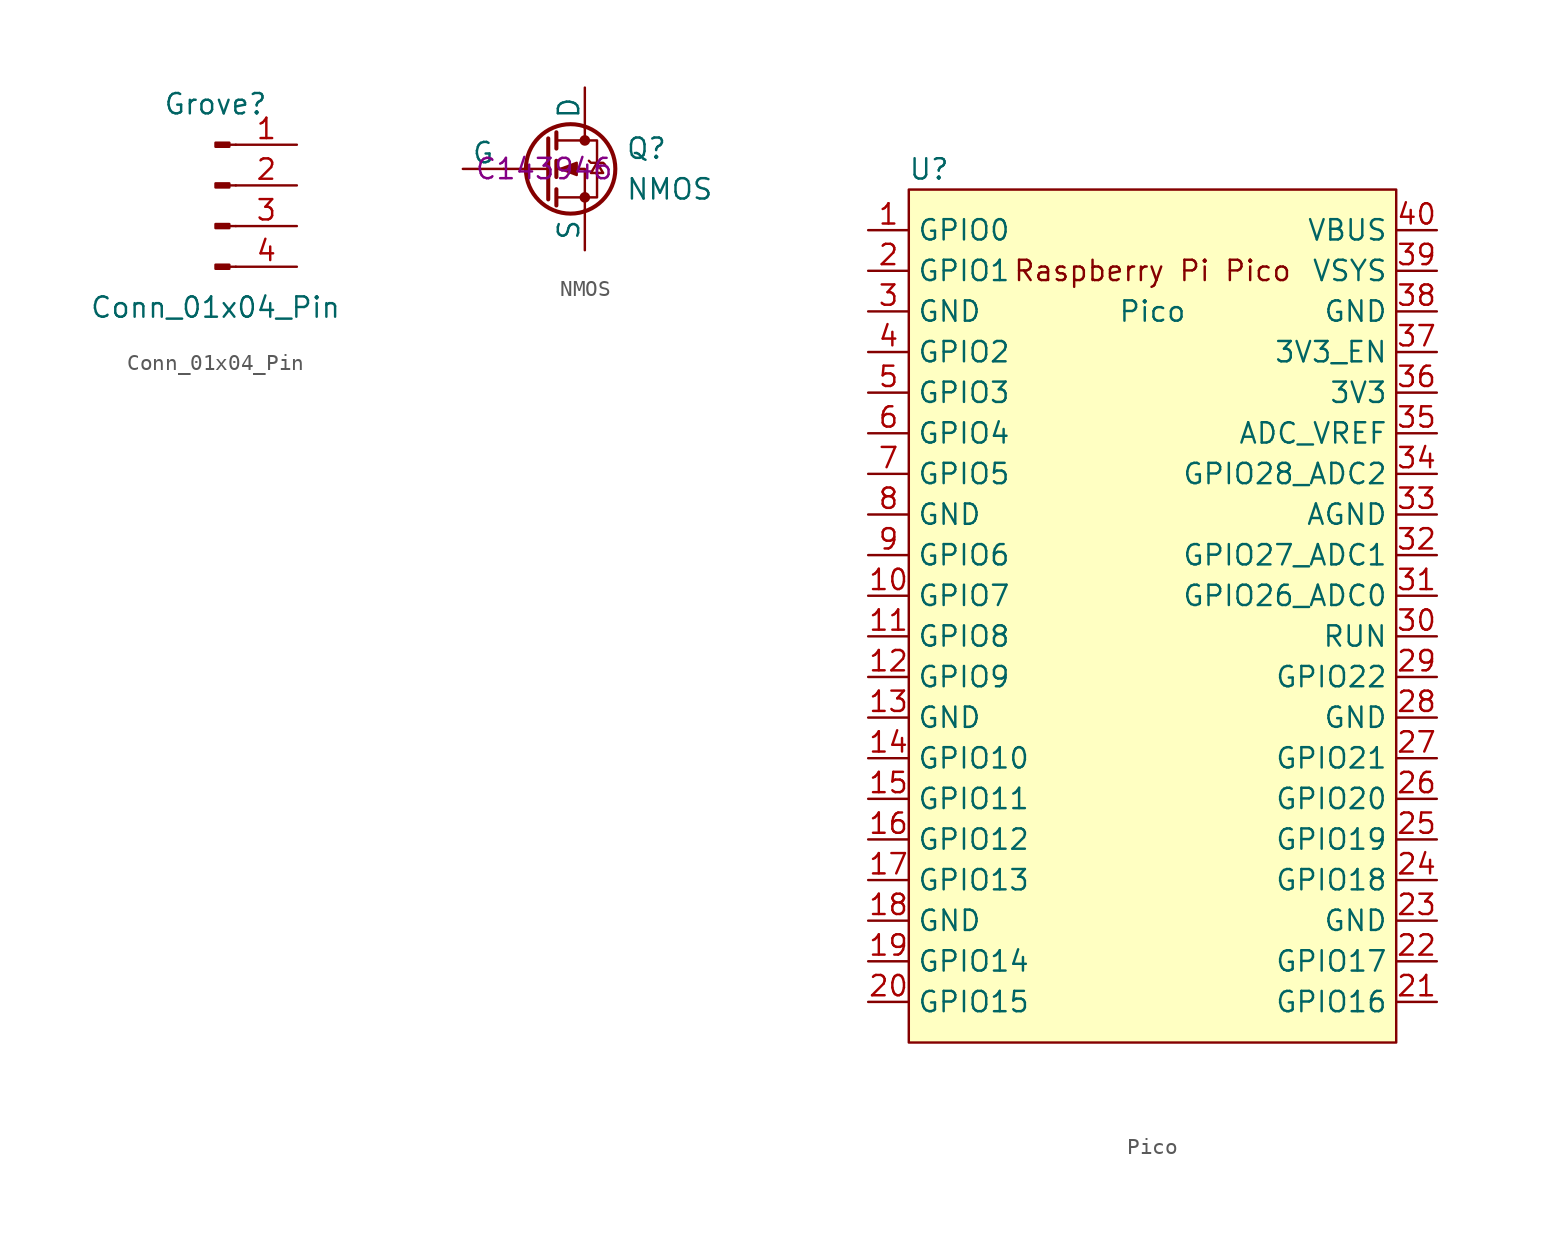
<source format=kicad_sym>
(kicad_symbol_lib
  (version 20220914)
  (generator kicad_symbol_editor)
  (symbol "Conn_01x04_Pin"
    (pin_names
      (offset 1.016) hide)
    (property "Reference" "Grove"
      (at 0 5.08 0)
      (effects (font (size 1.27 1.27))))
    (property "Value" "Conn_01x04_Pin"
      (at 0 -7.62 0)
      (effects (font (size 1.27 1.27))))
    (symbol "Conn_01x04_Pin_1_1"
      (polyline (pts (xy 1.27 -5.08) (xy 0.864 -5.08)) (stroke (width 0.152) (type default)) (fill (type none)))
      (polyline (pts (xy 1.27 -2.54) (xy 0.864 -2.54)) (stroke (width 0.152) (type default)) (fill (type none)))
      (polyline (pts (xy 1.27 0) (xy 0.864 0)) (stroke (width 0.152) (type default)) (fill (type none)))
      (polyline (pts (xy 1.27 2.54) (xy 0.864 2.54)) (stroke (width 0.152) (type default)) (fill (type none)))
      (rectangle (start 0.864 -4.953) (end 0 -5.207) (stroke (width 0.152) (type default)) (fill (type outline)))
      (rectangle (start 0.864 -2.413) (end 0 -2.667) (stroke (width 0.152) (type default)) (fill (type outline)))
      (rectangle (start 0.864 0.127) (end 0 -0.127) (stroke (width 0.152) (type default)) (fill (type outline)))
      (rectangle (start 0.864 2.667) (end 0 2.413) (stroke (width 0.152) (type default)) (fill (type outline)))
      (pin passive line (at 5.08 2.54 180) (length 3.81) (name "Pin_1" (effects (font (size 1.27 1.27)))) (number "1" (effects (font (size 1.27 1.27)))))
      (pin passive line (at 5.08 0 180) (length 3.81) (name "Pin_2" (effects (font (size 1.27 1.27)))) (number "2" (effects (font (size 1.27 1.27)))))
      (pin passive line (at 5.08 -2.54 180) (length 3.81) (name "Pin_3" (effects (font (size 1.27 1.27)))) (number "3" (effects (font (size 1.27 1.27)))))
      (pin passive line (at 5.08 -5.08 180) (length 3.81) (name "Pin_4" (effects (font (size 1.27 1.27)))) (number "4" (effects (font (size 1.27 1.27)))))))
  (symbol "NMOS"
    (pin_numbers hide)
    (pin_names
      (offset 0))
    (property "Reference" "Q"
      (at 5.08 1.27 0)
      (effects (font (size 1.27 1.27)) (justify left)))
    (property "Value" "NMOS"
      (at 5.08 -1.27 0)
      (effects (font (size 1.27 1.27)) (justify left)))
    (property "JLC Part" "C143946"
      (at 0 0 0)
      (effects (font (size 1.27 1.27))))
    (symbol "NMOS_0_1"
      (polyline (pts (xy 0.254 0) (xy -2.54 0)) (stroke (width 0) (type default)) (fill (type none)))
      (polyline (pts (xy 0.254 1.905) (xy 0.254 -1.905)) (stroke (width 0.254) (type default)) (fill (type none)))
      (polyline (pts (xy 0.762 -1.27) (xy 0.762 -2.286)) (stroke (width 0.254) (type default)) (fill (type none)))
      (polyline (pts (xy 0.762 0.508) (xy 0.762 -0.508)) (stroke (width 0.254) (type default)) (fill (type none)))
      (polyline (pts (xy 0.762 2.286) (xy 0.762 1.27)) (stroke (width 0.254) (type default)) (fill (type none)))
      (polyline (pts (xy 2.54 2.54) (xy 2.54 1.778)) (stroke (width 0) (type default)) (fill (type none)))
      (polyline (pts (xy 2.54 -2.54) (xy 2.54 0) (xy 0.762 0)) (stroke (width 0) (type default)) (fill (type none)))
      (polyline (pts (xy 0.762 -1.778) (xy 3.302 -1.778) (xy 3.302 1.778) (xy 0.762 1.778)) (stroke (width 0) (type default)) (fill (type none)))
      (polyline (pts (xy 1.016 0) (xy 2.032 0.381) (xy 2.032 -0.381) (xy 1.016 0)) (stroke (width 0) (type default)) (fill (type outline)))
      (polyline (pts (xy 2.794 0.508) (xy 2.921 0.381) (xy 3.683 0.381) (xy 3.81 0.254)) (stroke (width 0) (type default)) (fill (type none)))
      (polyline (pts (xy 3.302 0.381) (xy 2.921 -0.254) (xy 3.683 -0.254) (xy 3.302 0.381)) (stroke (width 0) (type default)) (fill (type none)))
      (circle (center 1.651 0) (radius 2.794) (stroke (width 0.254) (type default)) (fill (type none)))
      (circle (center 2.54 -1.778) (radius 0.254) (stroke (width 0) (type default)) (fill (type outline)))
      (circle (center 2.54 1.778) (radius 0.254) (stroke (width 0) (type default)) (fill (type outline))))
    (symbol "NMOS_1_1"
      (pin input line (at -5.08 0 0) (length 2.54) (name "G" (effects (font (size 1.27 1.27)))) (number "1" (effects (font (size 1.27 1.27)))))
      (pin passive line (at 2.54 -5.08 90) (length 2.54) (name "S" (effects (font (size 1.27 1.27)))) (number "2" (effects (font (size 1.27 1.27)))))
      (pin passive line (at 2.54 5.08 270) (length 2.54) (name "D" (effects (font (size 1.27 1.27)))) (number "3" (effects (font (size 1.27 1.27)))))))
  (symbol "Pico"
    (property "Reference" "U"
      (at -13.97 27.94 0)
      (effects (font (size 1.27 1.27))))
    (property "Value" "Pico"
      (at 0 19.05 0)
      (effects (font (size 1.27 1.27))))
    (symbol "Pico_0_0"
      (text "Raspberry Pi Pico" (at 0 21.59 0) (effects (font (size 1.27 1.27)))))
    (symbol "Pico_0_1"
      (rectangle (start -15.24 26.67) (end 15.24 -26.67) (stroke (width 0) (type default)) (fill (type background))))
    (symbol "Pico_1_1"
      (pin bidirectional line (at -17.78 24.13 0) (length 2.54) (name "GPIO0" (effects (font (size 1.27 1.27)))) (number "1" (effects (font (size 1.27 1.27)))))
      (pin bidirectional line (at -17.78 1.27 0) (length 2.54) (name "GPIO7" (effects (font (size 1.27 1.27)))) (number "10" (effects (font (size 1.27 1.27)))))
      (pin bidirectional line (at -17.78 -1.27 0) (length 2.54) (name "GPIO8" (effects (font (size 1.27 1.27)))) (number "11" (effects (font (size 1.27 1.27)))))
      (pin bidirectional line (at -17.78 -3.81 0) (length 2.54) (name "GPIO9" (effects (font (size 1.27 1.27)))) (number "12" (effects (font (size 1.27 1.27)))))
      (pin power_in line (at -17.78 -6.35 0) (length 2.54) (name "GND" (effects (font (size 1.27 1.27)))) (number "13" (effects (font (size 1.27 1.27)))))
      (pin bidirectional line (at -17.78 -8.89 0) (length 2.54) (name "GPIO10" (effects (font (size 1.27 1.27)))) (number "14" (effects (font (size 1.27 1.27)))))
      (pin bidirectional line (at -17.78 -11.43 0) (length 2.54) (name "GPIO11" (effects (font (size 1.27 1.27)))) (number "15" (effects (font (size 1.27 1.27)))))
      (pin bidirectional line (at -17.78 -13.97 0) (length 2.54) (name "GPIO12" (effects (font (size 1.27 1.27)))) (number "16" (effects (font (size 1.27 1.27)))))
      (pin bidirectional line (at -17.78 -16.51 0) (length 2.54) (name "GPIO13" (effects (font (size 1.27 1.27)))) (number "17" (effects (font (size 1.27 1.27)))))
      (pin power_in line (at -17.78 -19.05 0) (length 2.54) (name "GND" (effects (font (size 1.27 1.27)))) (number "18" (effects (font (size 1.27 1.27)))))
      (pin bidirectional line (at -17.78 -21.59 0) (length 2.54) (name "GPIO14" (effects (font (size 1.27 1.27)))) (number "19" (effects (font (size 1.27 1.27)))))
      (pin bidirectional line (at -17.78 21.59 0) (length 2.54) (name "GPIO1" (effects (font (size 1.27 1.27)))) (number "2" (effects (font (size 1.27 1.27)))))
      (pin bidirectional line (at -17.78 -24.13 0) (length 2.54) (name "GPIO15" (effects (font (size 1.27 1.27)))) (number "20" (effects (font (size 1.27 1.27)))))
      (pin bidirectional line (at 17.78 -24.13 180) (length 2.54) (name "GPIO16" (effects (font (size 1.27 1.27)))) (number "21" (effects (font (size 1.27 1.27)))))
      (pin bidirectional line (at 17.78 -21.59 180) (length 2.54) (name "GPIO17" (effects (font (size 1.27 1.27)))) (number "22" (effects (font (size 1.27 1.27)))))
      (pin power_in line (at 17.78 -19.05 180) (length 2.54) (name "GND" (effects (font (size 1.27 1.27)))) (number "23" (effects (font (size 1.27 1.27)))))
      (pin bidirectional line (at 17.78 -16.51 180) (length 2.54) (name "GPIO18" (effects (font (size 1.27 1.27)))) (number "24" (effects (font (size 1.27 1.27)))))
      (pin bidirectional line (at 17.78 -13.97 180) (length 2.54) (name "GPIO19" (effects (font (size 1.27 1.27)))) (number "25" (effects (font (size 1.27 1.27)))))
      (pin bidirectional line (at 17.78 -11.43 180) (length 2.54) (name "GPIO20" (effects (font (size 1.27 1.27)))) (number "26" (effects (font (size 1.27 1.27)))))
      (pin bidirectional line (at 17.78 -8.89 180) (length 2.54) (name "GPIO21" (effects (font (size 1.27 1.27)))) (number "27" (effects (font (size 1.27 1.27)))))
      (pin power_in line (at 17.78 -6.35 180) (length 2.54) (name "GND" (effects (font (size 1.27 1.27)))) (number "28" (effects (font (size 1.27 1.27)))))
      (pin bidirectional line (at 17.78 -3.81 180) (length 2.54) (name "GPIO22" (effects (font (size 1.27 1.27)))) (number "29" (effects (font (size 1.27 1.27)))))
      (pin power_in line (at -17.78 19.05 0) (length 2.54) (name "GND" (effects (font (size 1.27 1.27)))) (number "3" (effects (font (size 1.27 1.27)))))
      (pin input line (at 17.78 -1.27 180) (length 2.54) (name "RUN" (effects (font (size 1.27 1.27)))) (number "30" (effects (font (size 1.27 1.27)))))
      (pin bidirectional line (at 17.78 1.27 180) (length 2.54) (name "GPIO26_ADC0" (effects (font (size 1.27 1.27)))) (number "31" (effects (font (size 1.27 1.27)))))
      (pin bidirectional line (at 17.78 3.81 180) (length 2.54) (name "GPIO27_ADC1" (effects (font (size 1.27 1.27)))) (number "32" (effects (font (size 1.27 1.27)))))
      (pin power_in line (at 17.78 6.35 180) (length 2.54) (name "AGND" (effects (font (size 1.27 1.27)))) (number "33" (effects (font (size 1.27 1.27)))))
      (pin bidirectional line (at 17.78 8.89 180) (length 2.54) (name "GPIO28_ADC2" (effects (font (size 1.27 1.27)))) (number "34" (effects (font (size 1.27 1.27)))))
      (pin power_in line (at 17.78 11.43 180) (length 2.54) (name "ADC_VREF" (effects (font (size 1.27 1.27)))) (number "35" (effects (font (size 1.27 1.27)))))
      (pin power_out line (at 17.78 13.97 180) (length 2.54) (name "3V3" (effects (font (size 1.27 1.27)))) (number "36" (effects (font (size 1.27 1.27)))))
      (pin input line (at 17.78 16.51 180) (length 2.54) (name "3V3_EN" (effects (font (size 1.27 1.27)))) (number "37" (effects (font (size 1.27 1.27)))))
      (pin power_out line (at 17.78 19.05 180) (length 2.54) (name "GND" (effects (font (size 1.27 1.27)))) (number "38" (effects (font (size 1.27 1.27)))))
      (pin power_out line (at 17.78 21.59 180) (length 2.54) (name "VSYS" (effects (font (size 1.27 1.27)))) (number "39" (effects (font (size 1.27 1.27)))))
      (pin bidirectional line (at -17.78 16.51 0) (length 2.54) (name "GPIO2" (effects (font (size 1.27 1.27)))) (number "4" (effects (font (size 1.27 1.27)))))
      (pin power_out line (at 17.78 24.13 180) (length 2.54) (name "VBUS" (effects (font (size 1.27 1.27)))) (number "40" (effects (font (size 1.27 1.27)))))
      (pin bidirectional line (at -17.78 13.97 0) (length 2.54) (name "GPIO3" (effects (font (size 1.27 1.27)))) (number "5" (effects (font (size 1.27 1.27)))))
      (pin bidirectional line (at -17.78 11.43 0) (length 2.54) (name "GPIO4" (effects (font (size 1.27 1.27)))) (number "6" (effects (font (size 1.27 1.27)))))
      (pin bidirectional line (at -17.78 8.89 0) (length 2.54) (name "GPIO5" (effects (font (size 1.27 1.27)))) (number "7" (effects (font (size 1.27 1.27)))))
      (pin power_in line (at -17.78 6.35 0) (length 2.54) (name "GND" (effects (font (size 1.27 1.27)))) (number "8" (effects (font (size 1.27 1.27)))))
      (pin bidirectional line (at -17.78 3.81 0) (length 2.54) (name "GPIO6" (effects (font (size 1.27 1.27)))) (number "9" (effects (font (size 1.27 1.27))))))))
</source>
